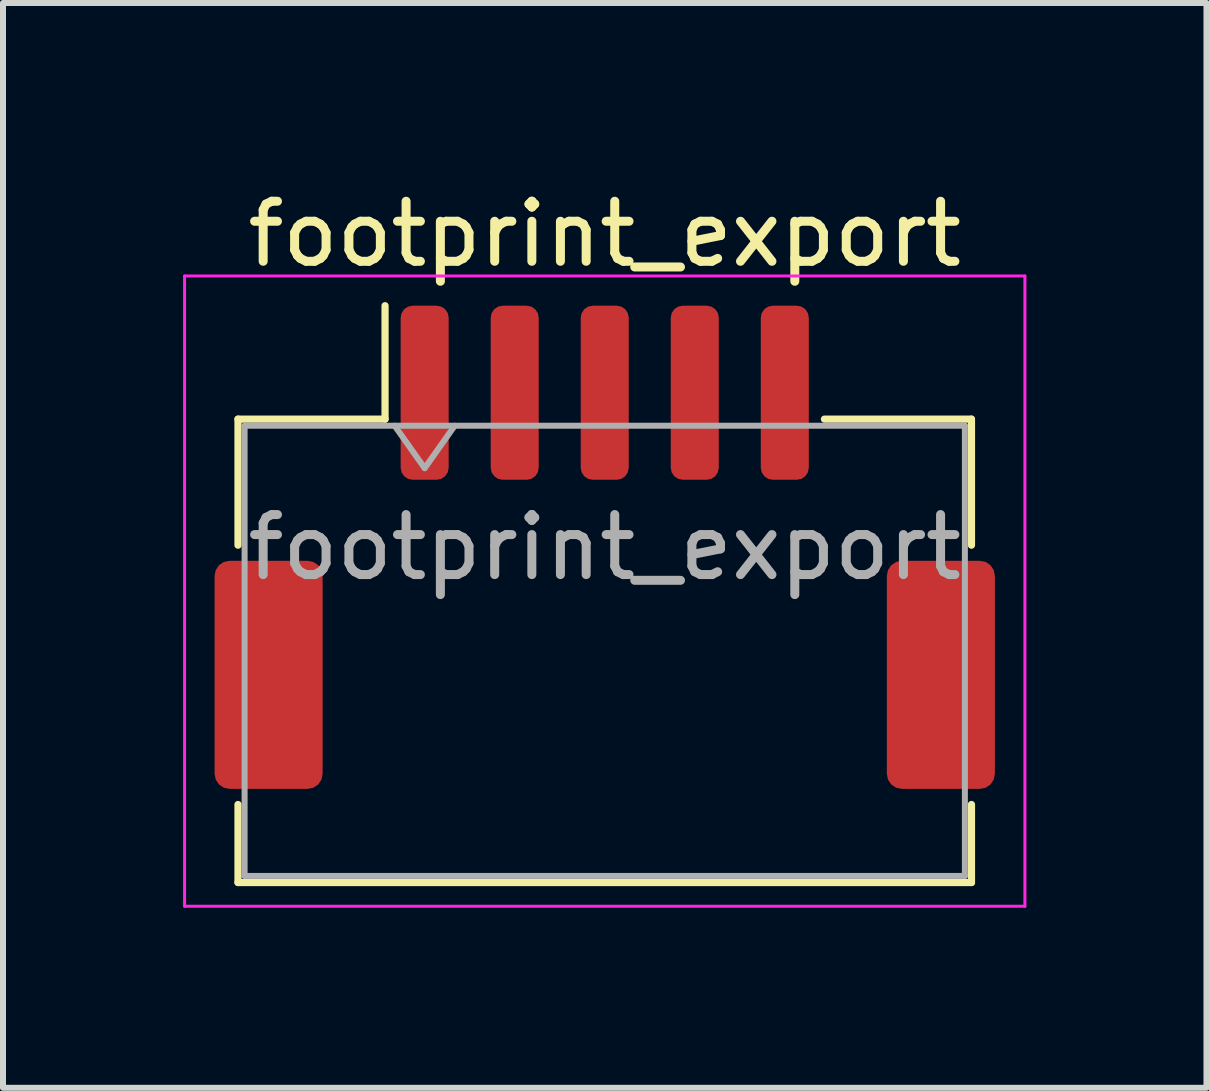
<source format=kicad_pcb>
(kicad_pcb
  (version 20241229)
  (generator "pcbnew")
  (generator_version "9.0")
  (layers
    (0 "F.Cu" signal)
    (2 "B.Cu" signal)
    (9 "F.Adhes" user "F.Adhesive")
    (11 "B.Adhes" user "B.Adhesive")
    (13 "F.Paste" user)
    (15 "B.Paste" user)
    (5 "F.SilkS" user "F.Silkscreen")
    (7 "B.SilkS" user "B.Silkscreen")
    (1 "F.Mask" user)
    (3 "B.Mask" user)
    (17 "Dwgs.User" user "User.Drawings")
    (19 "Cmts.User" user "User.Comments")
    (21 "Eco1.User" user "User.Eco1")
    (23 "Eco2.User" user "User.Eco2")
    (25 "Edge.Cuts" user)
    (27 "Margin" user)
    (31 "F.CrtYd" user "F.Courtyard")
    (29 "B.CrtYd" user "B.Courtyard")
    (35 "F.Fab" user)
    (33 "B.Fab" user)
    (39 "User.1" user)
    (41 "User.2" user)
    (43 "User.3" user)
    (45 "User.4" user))
  (footprint "footprint_export"
    (layer "F.Cu")
    (at 7.025 6.068)
    (property "Reference" "footprint_export" (at 0 -5.22 0) (layer "F.SilkS") (effects (font (size 1 1) (thickness 0.15))))
    (attr smd)
    (fp_line (start -6.11 -2.135) (end -3.66 -2.135) (stroke (width 0.12) (type solid)) (layer "F.SilkS"))
    (fp_line (start -6.11 -0.035) (end -6.11 -2.135) (stroke (width 0.12) (type solid)) (layer "F.SilkS"))
    (fp_line (start -6.11 4.285) (end -6.11 5.585) (stroke (width 0.12) (type solid)) (layer "F.SilkS"))
    (fp_line (start -6.11 5.585) (end 6.11 5.585) (stroke (width 0.12) (type solid)) (layer "F.SilkS"))
    (fp_line (start -3.66 -2.135) (end -3.66 -4.025) (stroke (width 0.12) (type solid)) (layer "F.SilkS"))
    (fp_line (start 6.11 -2.135) (end 3.66 -2.135) (stroke (width 0.12) (type solid)) (layer "F.SilkS"))
    (fp_line (start 6.11 -0.035) (end 6.11 -2.135) (stroke (width 0.12) (type solid)) (layer "F.SilkS"))
    (fp_line (start 6.11 5.585) (end 6.11 4.285) (stroke (width 0.12) (type solid)) (layer "F.SilkS"))
    (fp_line (start -7 -4.52) (end -7 5.98) (stroke (width 0.05) (type solid)) (layer "F.CrtYd"))
    (fp_line (start -7 5.98) (end 7 5.98) (stroke (width 0.05) (type solid)) (layer "F.CrtYd"))
    (fp_line (start 7 -4.52) (end -7 -4.52) (stroke (width 0.05) (type solid)) (layer "F.CrtYd"))
    (fp_line (start 7 5.98) (end 7 -4.52) (stroke (width 0.05) (type solid)) (layer "F.CrtYd"))
    (fp_line (start -6 -2.025) (end -6 5.475) (stroke (width 0.1) (type solid)) (layer "F.Fab"))
    (fp_line (start -6 -2.025) (end 6 -2.025) (stroke (width 0.1) (type solid)) (layer "F.Fab"))
    (fp_line (start -6 5.475) (end 6 5.475) (stroke (width 0.1) (type solid)) (layer "F.Fab"))
    (fp_line (start -3.5 -2.025) (end -3 -1.318) (stroke (width 0.1) (type solid)) (layer "F.Fab"))
    (fp_line (start -3 -1.318) (end -2.5 -2.025) (stroke (width 0.1) (type solid)) (layer "F.Fab"))
    (fp_line (start 6 -2.025) (end 6 5.475) (stroke (width 0.1) (type solid)) (layer "F.Fab"))
    (fp_text user "${REFERENCE}" (at 0 0 0) (layer "F.Fab") (effects (font (size 1 1) (thickness 0.15))))
    (pad "1" smd roundrect (at -3 -2.575) (size 0.8 2.9) (layers "F.Cu" "F.Mask" "F.Paste") (roundrect_rratio 0.25))
    (pad "2" smd roundrect (at -1.5 -2.575) (size 0.8 2.9) (layers "F.Cu" "F.Mask" "F.Paste") (roundrect_rratio 0.25))
    (pad "3" smd roundrect (at 0 -2.575) (size 0.8 2.9) (layers "F.Cu" "F.Mask" "F.Paste") (roundrect_rratio 0.25))
    (pad "4" smd roundrect (at 1.5 -2.575) (size 0.8 2.9) (layers "F.Cu" "F.Mask" "F.Paste") (roundrect_rratio 0.25))
    (pad "5" smd roundrect (at 3 -2.575) (size 0.8 2.9) (layers "F.Cu" "F.Mask" "F.Paste") (roundrect_rratio 0.25))
    (pad "MP" smd roundrect (at -5.6 2.125) (size 1.8 3.8) (layers "F.Cu" "F.Mask" "F.Paste") (roundrect_rratio 0.139))
    (pad "MP" smd roundrect (at 5.6 2.125) (size 1.8 3.8) (layers "F.Cu" "F.Mask" "F.Paste") (roundrect_rratio 0.139)))
  (gr_rect
    (start -3 -3)
    (end 17.05 15.073)
    (stroke (width 0.1) (type default))
    (fill no)
    (layer "Edge.Cuts")))
</source>
